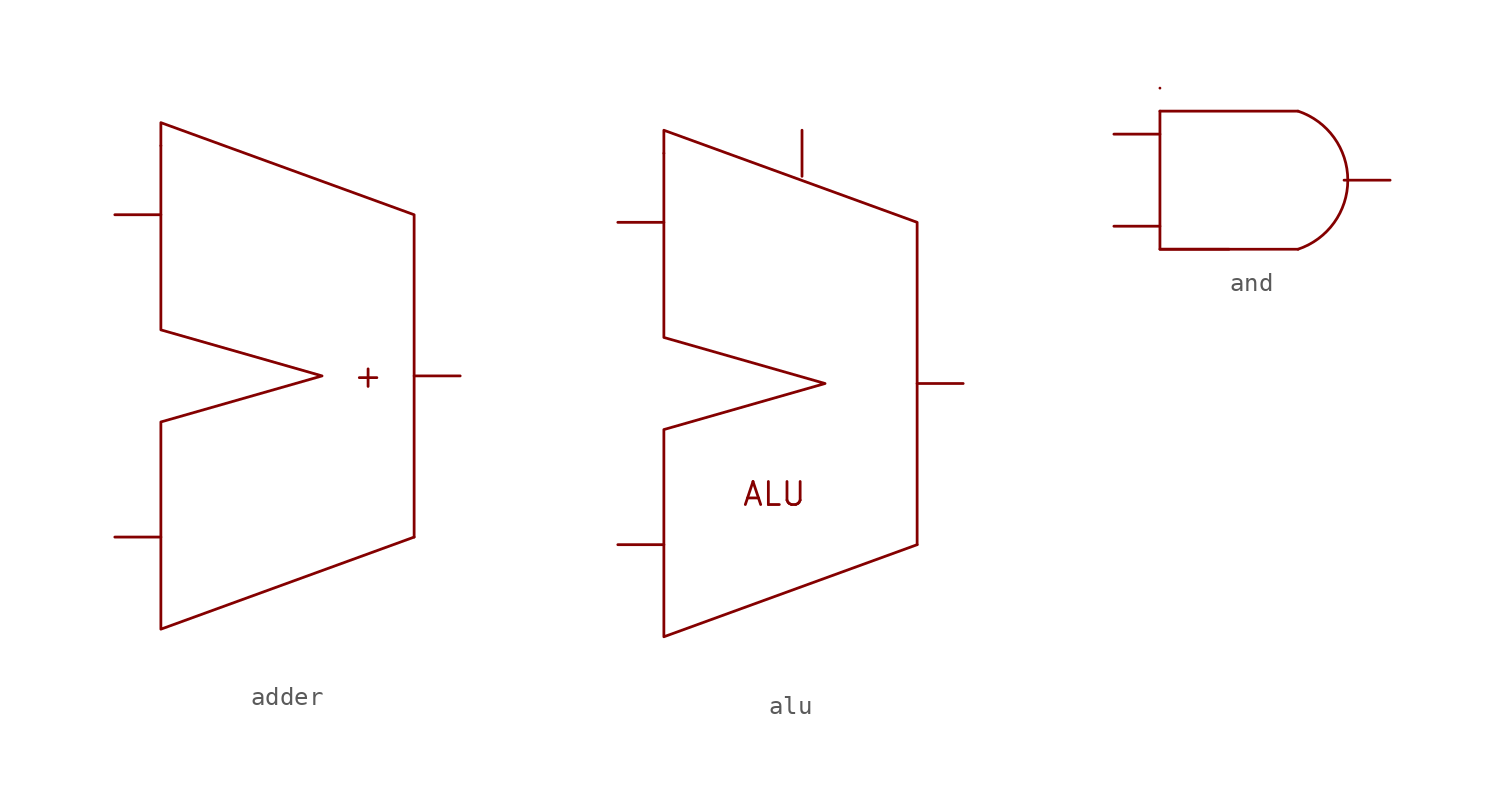
<source format=kicad_sym>
(kicad_symbol_lib
  (version 20231120)
  (generator "kicad_symbol_editor")
  (generator_version "8.0")
  (symbol "adder"
    (pin_numbers hide)
    (property "Reference" "U1"
      (at -2.54 -4.064 0)
      (effects (font (size 0.001 0.001))))
    (property "Value" "~"
      (at -1.524 6.35 0)
      (effects (font (size 0.001 0.001))))
    (symbol "adder_0_1"
      (polyline (pts (xy -8.89 12.7) (xy -8.89 13.97) (xy 5.08 8.89) (xy 5.08 -8.89)) (stroke (width 0) (type default)) (fill (type none)))
      (polyline (pts (xy -8.89 12.7) (xy -8.89 2.54) (xy 0 0) (xy -8.89 -2.54) (xy -8.89 -10.16) (xy -8.89 -13.97) (xy 5.08 -8.89)) (stroke (width 0) (type default)) (fill (type none))))
    (symbol "adder_1_1"
      (text "+" (at 2.54 0 0) (effects (font (size 1.27 1.27))))
      (pin input line (at -11.43 8.89 0) (length 2.54) (name "A" (effects (font (size 0 0)))) (number "" (effects (font (size 1.27 1.27)))))
      (pin input line (at -11.43 -8.89 0) (length 2.54) (name "B" (effects (font (size 0 0)))) (number "" (effects (font (size 1.27 1.27)))))
      (pin output line (at 7.62 0 180) (length 2.54) (name "O" (effects (font (size 0 0)))) (number "" (effects (font (size 1.27 1.27)))))))
  (symbol "alu"
    (pin_numbers hide)
    (property "Reference" "U2"
      (at -2.286 7.874 0)
      (effects (font (size 0.001 0.001))))
    (property "Value" "~"
      (at -2.794 3.302 0)
      (effects (font (size 0.001 0.001))))
    (symbol "alu_0_1"
      (polyline (pts (xy -8.89 12.7) (xy -8.89 13.97) (xy 5.08 8.89) (xy 5.08 -8.89)) (stroke (width 0) (type default)) (fill (type none)))
      (polyline (pts (xy -8.89 12.7) (xy -8.89 2.54) (xy 0 0) (xy -8.89 -2.54) (xy -8.89 -10.16) (xy -8.89 -13.97) (xy 5.08 -8.89)) (stroke (width 0) (type default)) (fill (type none))))
    (symbol "alu_1_1"
      (text "ALU" (at -2.794 -6.096 0) (effects (font (size 1.27 1.27))))
      (pin input line (at -1.27 13.97 270) (length 2.54) (name "" (effects (font (size 1.27 1.27)))) (number "" (effects (font (size 1.27 1.27)))))
      (pin input line (at -11.43 8.89 0) (length 2.54) (name "A" (effects (font (size 0 0)))) (number "" (effects (font (size 1.27 1.27)))))
      (pin input line (at -11.43 -8.89 0) (length 2.54) (name "B" (effects (font (size 0 0)))) (number "" (effects (font (size 1.27 1.27)))))
      (pin output line (at 7.62 0 180) (length 2.54) (name "O" (effects (font (size 0 0)))) (number "" (effects (font (size 1.27 1.27)))))))
  (symbol "and"
    (pin_numbers hide)
    (property "Reference" "="
      (at -3.302 0.762 0)
      (effects (font (size 0.001 0.001))))
    (property "Value" " "
      (at -3.302 0 0)
      (effects (font (size 1.27 1.27))))
    (symbol "and_0_1"
      (polyline (pts (xy -5.08 5.08) (xy -5.08 5.08)) (stroke (width 0) (type default)) (fill (type none)))
      (polyline (pts (xy 2.54 3.81) (xy -5.08 3.81)) (stroke (width 0) (type default)) (fill (type none)))
      (polyline (pts (xy 2.54 -3.81) (xy -5.08 -3.81) (xy -5.08 -3.81) (xy -5.08 -3.81)) (stroke (width 0) (type default)) (fill (type none)))
      (polyline (pts (xy -5.08 3.81) (xy -5.08 3.81) (xy -5.08 1.27) (xy -5.08 -1.27) (xy -5.08 -1.27) (xy -5.08 -3.81) (xy -1.27 -3.81)) (stroke (width 0) (type default)) (fill (type none)))
      (arc (start 2.54 -3.81) (mid 5.2861 0) (end 2.54 3.81) (stroke (width 0) (type default)) (fill (type none))))
    (symbol "and_1_1"
      (pin input line (at -7.62 2.54 0) (length 2.54) (name "0" (effects (font (size 0 0)))) (number "" (effects (font (size 1.27 1.27)))))
      (pin input line (at -7.62 -2.54 0) (length 2.54) (name "1" (effects (font (size 0 0)))) (number "" (effects (font (size 1.27 1.27)))))
      (pin output line (at 7.62 0 180) (length 2.54) (name "O" (effects (font (size 0 0)))) (number "" (effects (font (size 1.27 1.27))))))))
</source>
